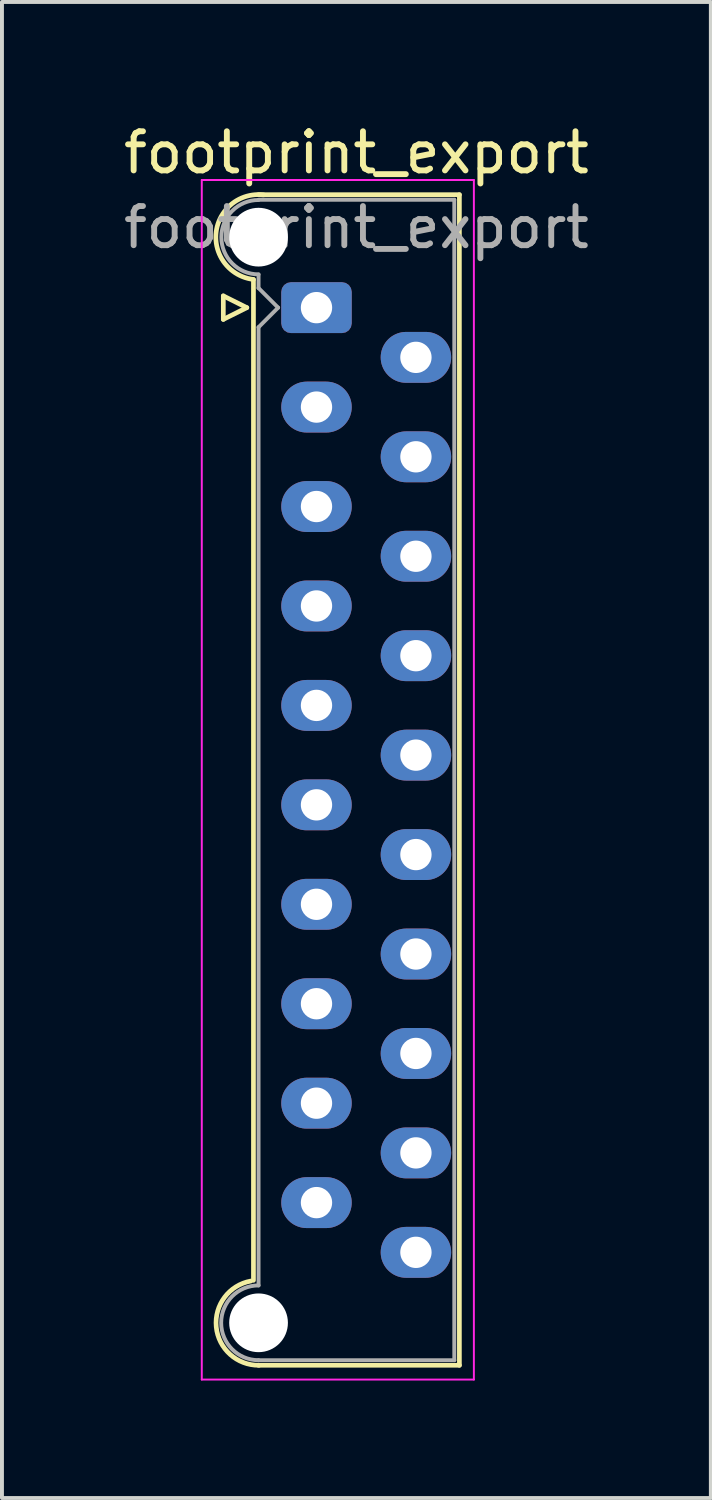
<source format=kicad_pcb>
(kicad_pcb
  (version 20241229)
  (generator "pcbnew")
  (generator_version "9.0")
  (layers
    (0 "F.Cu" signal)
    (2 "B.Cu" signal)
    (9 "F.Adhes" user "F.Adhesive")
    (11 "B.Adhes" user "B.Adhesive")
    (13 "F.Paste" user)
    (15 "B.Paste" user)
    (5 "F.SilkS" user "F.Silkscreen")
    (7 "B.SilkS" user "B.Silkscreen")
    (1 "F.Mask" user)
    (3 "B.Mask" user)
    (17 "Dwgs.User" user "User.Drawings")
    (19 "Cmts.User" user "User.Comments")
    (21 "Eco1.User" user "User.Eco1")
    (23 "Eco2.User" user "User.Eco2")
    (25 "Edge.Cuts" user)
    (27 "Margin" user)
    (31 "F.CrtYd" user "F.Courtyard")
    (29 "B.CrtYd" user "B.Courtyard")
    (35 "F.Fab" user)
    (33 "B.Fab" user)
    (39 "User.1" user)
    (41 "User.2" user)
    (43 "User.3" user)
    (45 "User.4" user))
  (footprint "footprint_export"
    (layer "F.Cu")
    (at 5.034 4.808)
    (property "Reference" "footprint_export" (at 1.02 -3.96 0) (layer "F.SilkS") (effects (font (size 1 1) (thickness 0.15))))
    (attr through_hole)
    (fp_line (start -2.38 -0.3) (end -2.38 0.3) (stroke (width 0.12) (type solid)) (layer "F.SilkS"))
    (fp_line (start -2.38 0.3) (end -1.78 0) (stroke (width 0.12) (type solid)) (layer "F.SilkS"))
    (fp_line (start -1.78 0) (end -2.38 -0.3) (stroke (width 0.12) (type solid)) (layer "F.SilkS"))
    (fp_line (start -1.61 -0.715) (end -1.61 24.845) (stroke (width 0.12) (type solid)) (layer "F.SilkS"))
    (fp_line (start -1.48 -2.885) (end 3.65 -2.885) (stroke (width 0.12) (type solid)) (layer "F.SilkS"))
    (fp_line (start 3.65 -2.885) (end 3.65 27.015) (stroke (width 0.12) (type solid)) (layer "F.SilkS"))
    (fp_line (start 3.65 27.015) (end -1.48 27.015) (stroke (width 0.12) (type solid)) (layer "F.SilkS"))
    (fp_arc (start -1.61 -0.72) (mid -2.56 -1.93) (end -1.35 -2.88) (stroke (width 0.12) (type solid)) (layer "F.SilkS"))
    (fp_arc (start -1.47 27.015) (mid -2.56 26.034526) (end -1.678256 24.86322) (stroke (width 0.12) (type solid)) (layer "F.SilkS"))
    (fp_line (start -2.93 -3.26) (end -2.93 27.38) (stroke (width 0.05) (type solid)) (layer "F.CrtYd"))
    (fp_line (start -2.93 27.38) (end 4.02 27.38) (stroke (width 0.05) (type solid)) (layer "F.CrtYd"))
    (fp_line (start 4.02 -3.26) (end -2.93 -3.26) (stroke (width 0.05) (type solid)) (layer "F.CrtYd"))
    (fp_line (start 4.02 27.38) (end 4.02 -3.26) (stroke (width 0.05) (type solid)) (layer "F.CrtYd"))
    (fp_line (start -1.48 -2.755) (end 3.52 -2.755) (stroke (width 0.1) (type solid)) (layer "F.Fab"))
    (fp_line (start -1.48 -0.845) (end -1.48 -0.5) (stroke (width 0.1) (type solid)) (layer "F.Fab"))
    (fp_line (start -1.48 -0.5) (end -0.98 0) (stroke (width 0.1) (type solid)) (layer "F.Fab"))
    (fp_line (start -1.48 0.5) (end -1.48 24.975) (stroke (width 0.1) (type solid)) (layer "F.Fab"))
    (fp_line (start -0.98 0) (end -1.48 0.5) (stroke (width 0.1) (type solid)) (layer "F.Fab"))
    (fp_line (start 3.52 -2.755) (end 3.52 26.885) (stroke (width 0.1) (type solid)) (layer "F.Fab"))
    (fp_line (start 3.52 26.885) (end -1.48 26.885) (stroke (width 0.1) (type solid)) (layer "F.Fab"))
    (fp_arc (start -1.48 -0.85) (mid -2.43 -1.8) (end -1.48 -2.75) (stroke (width 0.1) (type solid)) (layer "F.Fab"))
    (fp_arc (start -1.48 26.885) (mid -2.435 25.93) (end -1.48 24.975) (stroke (width 0.1) (type solid)) (layer "F.Fab"))
    (fp_text user "${REFERENCE}" (at 1.02 -2.05 0) (layer "F.Fab") (effects (font (size 1 1) (thickness 0.15))))
    (pad "" np_thru_hole circle (at -1.48 -1.8) (size 1.5 1.5) (drill 1.5) (layers "*.Cu" "*.Mask"))
    (pad "" np_thru_hole circle (at -1.48 25.93) (size 1.5 1.5) (drill 1.5) (layers "*.Cu" "*.Mask"))
    (pad "1" thru_hole roundrect (at 0 0) (size 1.8 1.3) (drill 0.8) (layers "*.Cu" "*.Mask") (roundrect_rratio 0.192))
    (pad "2" thru_hole oval (at 2.54 1.27) (size 1.8 1.3) (drill 0.8) (layers "*.Cu" "*.Mask"))
    (pad "3" thru_hole oval (at 0 2.54) (size 1.8 1.3) (drill 0.8) (layers "*.Cu" "*.Mask"))
    (pad "4" thru_hole oval (at 2.54 3.81) (size 1.8 1.3) (drill 0.8) (layers "*.Cu" "*.Mask"))
    (pad "5" thru_hole oval (at 0 5.08) (size 1.8 1.3) (drill 0.8) (layers "*.Cu" "*.Mask"))
    (pad "6" thru_hole oval (at 2.54 6.35) (size 1.8 1.3) (drill 0.8) (layers "*.Cu" "*.Mask"))
    (pad "7" thru_hole oval (at 0 7.62) (size 1.8 1.3) (drill 0.8) (layers "*.Cu" "*.Mask"))
    (pad "8" thru_hole oval (at 2.54 8.89) (size 1.8 1.3) (drill 0.8) (layers "*.Cu" "*.Mask"))
    (pad "9" thru_hole oval (at 0 10.16) (size 1.8 1.3) (drill 0.8) (layers "*.Cu" "*.Mask"))
    (pad "10" thru_hole oval (at 2.54 11.43) (size 1.8 1.3) (drill 0.8) (layers "*.Cu" "*.Mask"))
    (pad "11" thru_hole oval (at 0 12.7) (size 1.8 1.3) (drill 0.8) (layers "*.Cu" "*.Mask"))
    (pad "12" thru_hole oval (at 2.54 13.97) (size 1.8 1.3) (drill 0.8) (layers "*.Cu" "*.Mask"))
    (pad "13" thru_hole oval (at 0 15.24) (size 1.8 1.3) (drill 0.8) (layers "*.Cu" "*.Mask"))
    (pad "14" thru_hole oval (at 2.54 16.51) (size 1.8 1.3) (drill 0.8) (layers "*.Cu" "*.Mask"))
    (pad "15" thru_hole oval (at 0 17.78) (size 1.8 1.3) (drill 0.8) (layers "*.Cu" "*.Mask"))
    (pad "16" thru_hole oval (at 2.54 19.05) (size 1.8 1.3) (drill 0.8) (layers "*.Cu" "*.Mask"))
    (pad "17" thru_hole oval (at 0 20.32) (size 1.8 1.3) (drill 0.8) (layers "*.Cu" "*.Mask"))
    (pad "18" thru_hole oval (at 2.54 21.59) (size 1.8 1.3) (drill 0.8) (layers "*.Cu" "*.Mask"))
    (pad "19" thru_hole oval (at 0 22.86) (size 1.8 1.3) (drill 0.8) (layers "*.Cu" "*.Mask"))
    (pad "20" thru_hole oval (at 2.54 24.13) (size 1.8 1.3) (drill 0.8) (layers "*.Cu" "*.Mask")))
  (gr_rect
    (start -3 -3)
    (end 15.107 35.213)
    (stroke (width 0.1) (type default))
    (fill no)
    (layer "Edge.Cuts")))
</source>
